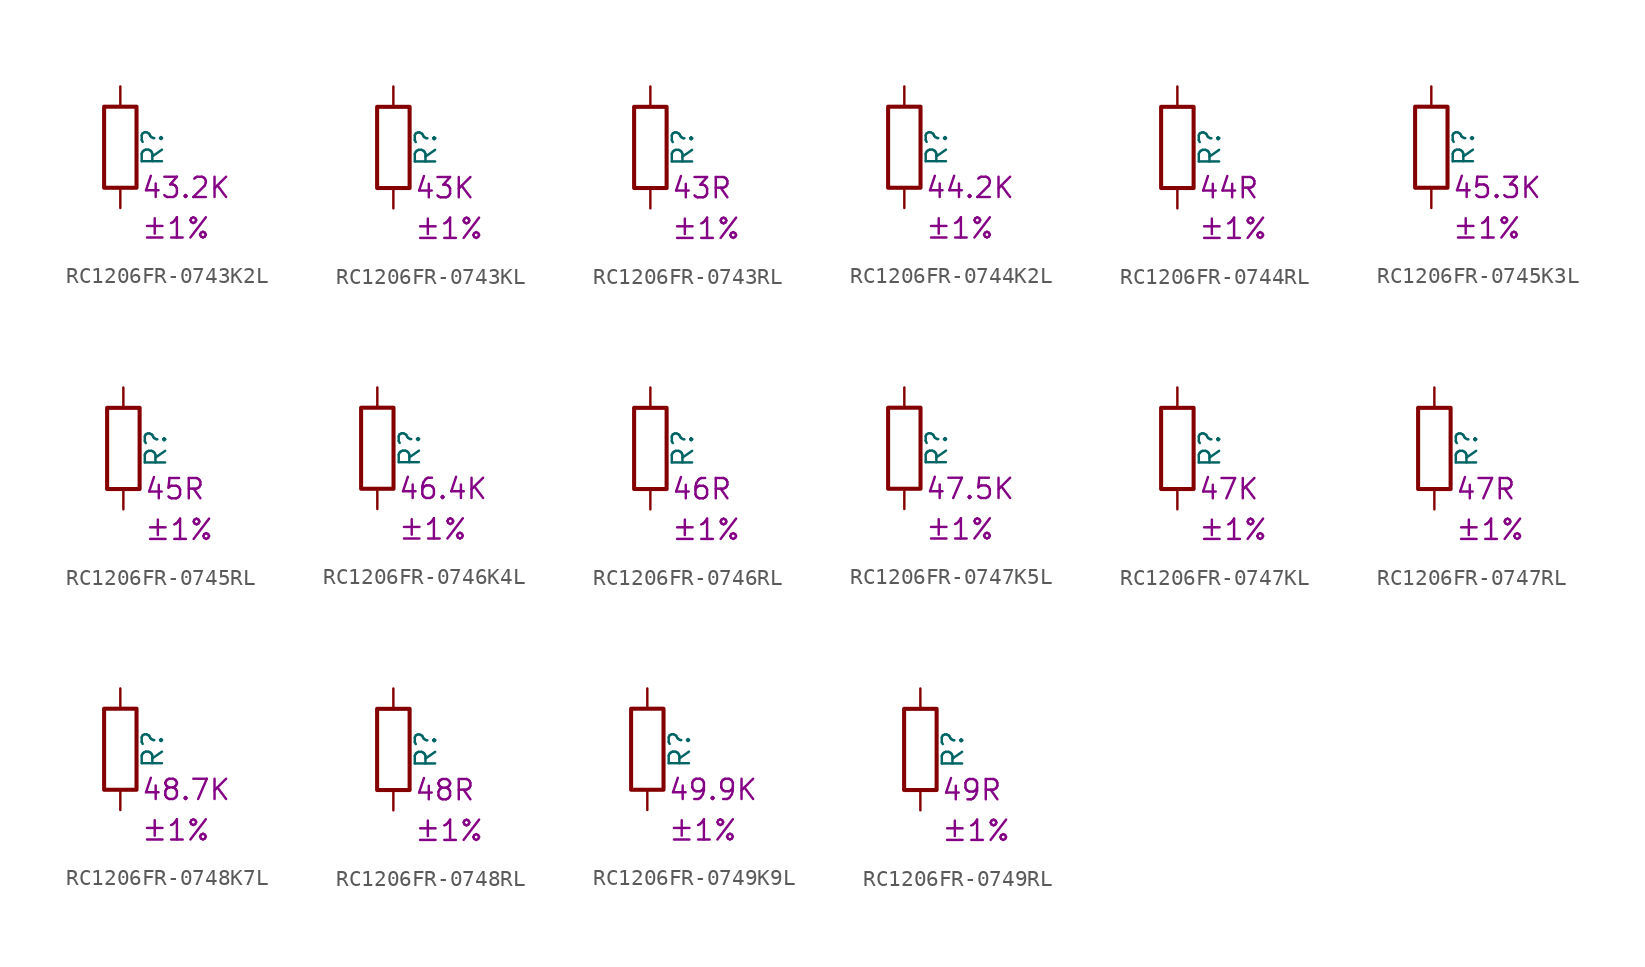
<source format=kicad_sym>
(kicad_symbol_lib
  (version 20220914)
  (generator kicad_symbol_editor)
  (symbol "RC1206FR-0743K2L"
    (pin_numbers hide)
    (pin_names
      (offset 0))
    (property "Reference" "R"
      (at 2.032 0 90)
      (effects (font (size 1.27 1.27))))
    (property "Resistance" "43.2K"
      (at 1.27 -2.54 0)
      (effects (font (size 1.27 1.27)) (justify left)))
    (property "Tolerance" "±1%"
      (at 1.27 -5.08 0)
      (effects (font (size 1.27 1.27)) (justify left)))
    (symbol "RC1206FR-0743K2L_0_1"
      (rectangle (start -1.016 -2.54) (end 1.016 2.54) (stroke (width 0.254) (type default)) (fill (type none))))
    (symbol "RC1206FR-0743K2L_1_1"
      (pin passive line (at 0 3.81 270) (length 1.27) (name "~" (effects (font (size 1.27 1.27)))) (number "1" (effects (font (size 1.27 1.27)))))
      (pin passive line (at 0 -3.81 90) (length 1.27) (name "~" (effects (font (size 1.27 1.27)))) (number "2" (effects (font (size 1.27 1.27)))))))
  (symbol "RC1206FR-0743KL"
    (pin_numbers hide)
    (pin_names
      (offset 0))
    (property "Reference" "R"
      (at 2.032 0 90)
      (effects (font (size 1.27 1.27))))
    (property "Resistance" "43K"
      (at 1.27 -2.54 0)
      (effects (font (size 1.27 1.27)) (justify left)))
    (property "Tolerance" "±1%"
      (at 1.27 -5.08 0)
      (effects (font (size 1.27 1.27)) (justify left)))
    (symbol "RC1206FR-0743KL_0_1"
      (rectangle (start -1.016 -2.54) (end 1.016 2.54) (stroke (width 0.254) (type default)) (fill (type none))))
    (symbol "RC1206FR-0743KL_1_1"
      (pin passive line (at 0 3.81 270) (length 1.27) (name "~" (effects (font (size 1.27 1.27)))) (number "1" (effects (font (size 1.27 1.27)))))
      (pin passive line (at 0 -3.81 90) (length 1.27) (name "~" (effects (font (size 1.27 1.27)))) (number "2" (effects (font (size 1.27 1.27)))))))
  (symbol "RC1206FR-0743RL"
    (pin_numbers hide)
    (pin_names
      (offset 0))
    (property "Reference" "R"
      (at 2.032 0 90)
      (effects (font (size 1.27 1.27))))
    (property "Resistance" "43R"
      (at 1.27 -2.54 0)
      (effects (font (size 1.27 1.27)) (justify left)))
    (property "Tolerance" "±1%"
      (at 1.27 -5.08 0)
      (effects (font (size 1.27 1.27)) (justify left)))
    (symbol "RC1206FR-0743RL_0_1"
      (rectangle (start -1.016 -2.54) (end 1.016 2.54) (stroke (width 0.254) (type default)) (fill (type none))))
    (symbol "RC1206FR-0743RL_1_1"
      (pin passive line (at 0 3.81 270) (length 1.27) (name "~" (effects (font (size 1.27 1.27)))) (number "1" (effects (font (size 1.27 1.27)))))
      (pin passive line (at 0 -3.81 90) (length 1.27) (name "~" (effects (font (size 1.27 1.27)))) (number "2" (effects (font (size 1.27 1.27)))))))
  (symbol "RC1206FR-0744K2L"
    (pin_numbers hide)
    (pin_names
      (offset 0))
    (property "Reference" "R"
      (at 2.032 0 90)
      (effects (font (size 1.27 1.27))))
    (property "Resistance" "44.2K"
      (at 1.27 -2.54 0)
      (effects (font (size 1.27 1.27)) (justify left)))
    (property "Tolerance" "±1%"
      (at 1.27 -5.08 0)
      (effects (font (size 1.27 1.27)) (justify left)))
    (symbol "RC1206FR-0744K2L_0_1"
      (rectangle (start -1.016 -2.54) (end 1.016 2.54) (stroke (width 0.254) (type default)) (fill (type none))))
    (symbol "RC1206FR-0744K2L_1_1"
      (pin passive line (at 0 3.81 270) (length 1.27) (name "~" (effects (font (size 1.27 1.27)))) (number "1" (effects (font (size 1.27 1.27)))))
      (pin passive line (at 0 -3.81 90) (length 1.27) (name "~" (effects (font (size 1.27 1.27)))) (number "2" (effects (font (size 1.27 1.27)))))))
  (symbol "RC1206FR-0744RL"
    (pin_numbers hide)
    (pin_names
      (offset 0))
    (property "Reference" "R"
      (at 2.032 0 90)
      (effects (font (size 1.27 1.27))))
    (property "Resistance" "44R"
      (at 1.27 -2.54 0)
      (effects (font (size 1.27 1.27)) (justify left)))
    (property "Tolerance" "±1%"
      (at 1.27 -5.08 0)
      (effects (font (size 1.27 1.27)) (justify left)))
    (symbol "RC1206FR-0744RL_0_1"
      (rectangle (start -1.016 -2.54) (end 1.016 2.54) (stroke (width 0.254) (type default)) (fill (type none))))
    (symbol "RC1206FR-0744RL_1_1"
      (pin passive line (at 0 3.81 270) (length 1.27) (name "~" (effects (font (size 1.27 1.27)))) (number "1" (effects (font (size 1.27 1.27)))))
      (pin passive line (at 0 -3.81 90) (length 1.27) (name "~" (effects (font (size 1.27 1.27)))) (number "2" (effects (font (size 1.27 1.27)))))))
  (symbol "RC1206FR-0745K3L"
    (pin_numbers hide)
    (pin_names
      (offset 0))
    (property "Reference" "R"
      (at 2.032 0 90)
      (effects (font (size 1.27 1.27))))
    (property "Resistance" "45.3K"
      (at 1.27 -2.54 0)
      (effects (font (size 1.27 1.27)) (justify left)))
    (property "Tolerance" "±1%"
      (at 1.27 -5.08 0)
      (effects (font (size 1.27 1.27)) (justify left)))
    (symbol "RC1206FR-0745K3L_0_1"
      (rectangle (start -1.016 -2.54) (end 1.016 2.54) (stroke (width 0.254) (type default)) (fill (type none))))
    (symbol "RC1206FR-0745K3L_1_1"
      (pin passive line (at 0 3.81 270) (length 1.27) (name "~" (effects (font (size 1.27 1.27)))) (number "1" (effects (font (size 1.27 1.27)))))
      (pin passive line (at 0 -3.81 90) (length 1.27) (name "~" (effects (font (size 1.27 1.27)))) (number "2" (effects (font (size 1.27 1.27)))))))
  (symbol "RC1206FR-0745RL"
    (pin_numbers hide)
    (pin_names
      (offset 0))
    (property "Reference" "R"
      (at 2.032 0 90)
      (effects (font (size 1.27 1.27))))
    (property "Resistance" "45R"
      (at 1.27 -2.54 0)
      (effects (font (size 1.27 1.27)) (justify left)))
    (property "Tolerance" "±1%"
      (at 1.27 -5.08 0)
      (effects (font (size 1.27 1.27)) (justify left)))
    (symbol "RC1206FR-0745RL_0_1"
      (rectangle (start -1.016 -2.54) (end 1.016 2.54) (stroke (width 0.254) (type default)) (fill (type none))))
    (symbol "RC1206FR-0745RL_1_1"
      (pin passive line (at 0 3.81 270) (length 1.27) (name "~" (effects (font (size 1.27 1.27)))) (number "1" (effects (font (size 1.27 1.27)))))
      (pin passive line (at 0 -3.81 90) (length 1.27) (name "~" (effects (font (size 1.27 1.27)))) (number "2" (effects (font (size 1.27 1.27)))))))
  (symbol "RC1206FR-0746K4L"
    (pin_numbers hide)
    (pin_names
      (offset 0))
    (property "Reference" "R"
      (at 2.032 0 90)
      (effects (font (size 1.27 1.27))))
    (property "Resistance" "46.4K"
      (at 1.27 -2.54 0)
      (effects (font (size 1.27 1.27)) (justify left)))
    (property "Tolerance" "±1%"
      (at 1.27 -5.08 0)
      (effects (font (size 1.27 1.27)) (justify left)))
    (symbol "RC1206FR-0746K4L_0_1"
      (rectangle (start -1.016 -2.54) (end 1.016 2.54) (stroke (width 0.254) (type default)) (fill (type none))))
    (symbol "RC1206FR-0746K4L_1_1"
      (pin passive line (at 0 3.81 270) (length 1.27) (name "~" (effects (font (size 1.27 1.27)))) (number "1" (effects (font (size 1.27 1.27)))))
      (pin passive line (at 0 -3.81 90) (length 1.27) (name "~" (effects (font (size 1.27 1.27)))) (number "2" (effects (font (size 1.27 1.27)))))))
  (symbol "RC1206FR-0746RL"
    (pin_numbers hide)
    (pin_names
      (offset 0))
    (property "Reference" "R"
      (at 2.032 0 90)
      (effects (font (size 1.27 1.27))))
    (property "Resistance" "46R"
      (at 1.27 -2.54 0)
      (effects (font (size 1.27 1.27)) (justify left)))
    (property "Tolerance" "±1%"
      (at 1.27 -5.08 0)
      (effects (font (size 1.27 1.27)) (justify left)))
    (symbol "RC1206FR-0746RL_0_1"
      (rectangle (start -1.016 -2.54) (end 1.016 2.54) (stroke (width 0.254) (type default)) (fill (type none))))
    (symbol "RC1206FR-0746RL_1_1"
      (pin passive line (at 0 3.81 270) (length 1.27) (name "~" (effects (font (size 1.27 1.27)))) (number "1" (effects (font (size 1.27 1.27)))))
      (pin passive line (at 0 -3.81 90) (length 1.27) (name "~" (effects (font (size 1.27 1.27)))) (number "2" (effects (font (size 1.27 1.27)))))))
  (symbol "RC1206FR-0747K5L"
    (pin_numbers hide)
    (pin_names
      (offset 0))
    (property "Reference" "R"
      (at 2.032 0 90)
      (effects (font (size 1.27 1.27))))
    (property "Resistance" "47.5K"
      (at 1.27 -2.54 0)
      (effects (font (size 1.27 1.27)) (justify left)))
    (property "Tolerance" "±1%"
      (at 1.27 -5.08 0)
      (effects (font (size 1.27 1.27)) (justify left)))
    (symbol "RC1206FR-0747K5L_0_1"
      (rectangle (start -1.016 -2.54) (end 1.016 2.54) (stroke (width 0.254) (type default)) (fill (type none))))
    (symbol "RC1206FR-0747K5L_1_1"
      (pin passive line (at 0 3.81 270) (length 1.27) (name "~" (effects (font (size 1.27 1.27)))) (number "1" (effects (font (size 1.27 1.27)))))
      (pin passive line (at 0 -3.81 90) (length 1.27) (name "~" (effects (font (size 1.27 1.27)))) (number "2" (effects (font (size 1.27 1.27)))))))
  (symbol "RC1206FR-0747KL"
    (pin_numbers hide)
    (pin_names
      (offset 0))
    (property "Reference" "R"
      (at 2.032 0 90)
      (effects (font (size 1.27 1.27))))
    (property "Resistance" "47K"
      (at 1.27 -2.54 0)
      (effects (font (size 1.27 1.27)) (justify left)))
    (property "Tolerance" "±1%"
      (at 1.27 -5.08 0)
      (effects (font (size 1.27 1.27)) (justify left)))
    (symbol "RC1206FR-0747KL_0_1"
      (rectangle (start -1.016 -2.54) (end 1.016 2.54) (stroke (width 0.254) (type default)) (fill (type none))))
    (symbol "RC1206FR-0747KL_1_1"
      (pin passive line (at 0 3.81 270) (length 1.27) (name "~" (effects (font (size 1.27 1.27)))) (number "1" (effects (font (size 1.27 1.27)))))
      (pin passive line (at 0 -3.81 90) (length 1.27) (name "~" (effects (font (size 1.27 1.27)))) (number "2" (effects (font (size 1.27 1.27)))))))
  (symbol "RC1206FR-0747RL"
    (pin_numbers hide)
    (pin_names
      (offset 0))
    (property "Reference" "R"
      (at 2.032 0 90)
      (effects (font (size 1.27 1.27))))
    (property "Resistance" "47R"
      (at 1.27 -2.54 0)
      (effects (font (size 1.27 1.27)) (justify left)))
    (property "Tolerance" "±1%"
      (at 1.27 -5.08 0)
      (effects (font (size 1.27 1.27)) (justify left)))
    (symbol "RC1206FR-0747RL_0_1"
      (rectangle (start -1.016 -2.54) (end 1.016 2.54) (stroke (width 0.254) (type default)) (fill (type none))))
    (symbol "RC1206FR-0747RL_1_1"
      (pin passive line (at 0 3.81 270) (length 1.27) (name "~" (effects (font (size 1.27 1.27)))) (number "1" (effects (font (size 1.27 1.27)))))
      (pin passive line (at 0 -3.81 90) (length 1.27) (name "~" (effects (font (size 1.27 1.27)))) (number "2" (effects (font (size 1.27 1.27)))))))
  (symbol "RC1206FR-0748K7L"
    (pin_numbers hide)
    (pin_names
      (offset 0))
    (property "Reference" "R"
      (at 2.032 0 90)
      (effects (font (size 1.27 1.27))))
    (property "Resistance" "48.7K"
      (at 1.27 -2.54 0)
      (effects (font (size 1.27 1.27)) (justify left)))
    (property "Tolerance" "±1%"
      (at 1.27 -5.08 0)
      (effects (font (size 1.27 1.27)) (justify left)))
    (symbol "RC1206FR-0748K7L_0_1"
      (rectangle (start -1.016 -2.54) (end 1.016 2.54) (stroke (width 0.254) (type default)) (fill (type none))))
    (symbol "RC1206FR-0748K7L_1_1"
      (pin passive line (at 0 3.81 270) (length 1.27) (name "~" (effects (font (size 1.27 1.27)))) (number "1" (effects (font (size 1.27 1.27)))))
      (pin passive line (at 0 -3.81 90) (length 1.27) (name "~" (effects (font (size 1.27 1.27)))) (number "2" (effects (font (size 1.27 1.27)))))))
  (symbol "RC1206FR-0748RL"
    (pin_numbers hide)
    (pin_names
      (offset 0))
    (property "Reference" "R"
      (at 2.032 0 90)
      (effects (font (size 1.27 1.27))))
    (property "Resistance" "48R"
      (at 1.27 -2.54 0)
      (effects (font (size 1.27 1.27)) (justify left)))
    (property "Tolerance" "±1%"
      (at 1.27 -5.08 0)
      (effects (font (size 1.27 1.27)) (justify left)))
    (symbol "RC1206FR-0748RL_0_1"
      (rectangle (start -1.016 -2.54) (end 1.016 2.54) (stroke (width 0.254) (type default)) (fill (type none))))
    (symbol "RC1206FR-0748RL_1_1"
      (pin passive line (at 0 3.81 270) (length 1.27) (name "~" (effects (font (size 1.27 1.27)))) (number "1" (effects (font (size 1.27 1.27)))))
      (pin passive line (at 0 -3.81 90) (length 1.27) (name "~" (effects (font (size 1.27 1.27)))) (number "2" (effects (font (size 1.27 1.27)))))))
  (symbol "RC1206FR-0749K9L"
    (pin_numbers hide)
    (pin_names
      (offset 0))
    (property "Reference" "R"
      (at 2.032 0 90)
      (effects (font (size 1.27 1.27))))
    (property "Resistance" "49.9K"
      (at 1.27 -2.54 0)
      (effects (font (size 1.27 1.27)) (justify left)))
    (property "Tolerance" "±1%"
      (at 1.27 -5.08 0)
      (effects (font (size 1.27 1.27)) (justify left)))
    (symbol "RC1206FR-0749K9L_0_1"
      (rectangle (start -1.016 -2.54) (end 1.016 2.54) (stroke (width 0.254) (type default)) (fill (type none))))
    (symbol "RC1206FR-0749K9L_1_1"
      (pin passive line (at 0 3.81 270) (length 1.27) (name "~" (effects (font (size 1.27 1.27)))) (number "1" (effects (font (size 1.27 1.27)))))
      (pin passive line (at 0 -3.81 90) (length 1.27) (name "~" (effects (font (size 1.27 1.27)))) (number "2" (effects (font (size 1.27 1.27)))))))
  (symbol "RC1206FR-0749RL"
    (pin_numbers hide)
    (pin_names
      (offset 0))
    (property "Reference" "R"
      (at 2.032 0 90)
      (effects (font (size 1.27 1.27))))
    (property "Resistance" "49R"
      (at 1.27 -2.54 0)
      (effects (font (size 1.27 1.27)) (justify left)))
    (property "Tolerance" "±1%"
      (at 1.27 -5.08 0)
      (effects (font (size 1.27 1.27)) (justify left)))
    (symbol "RC1206FR-0749RL_0_1"
      (rectangle (start -1.016 -2.54) (end 1.016 2.54) (stroke (width 0.254) (type default)) (fill (type none))))
    (symbol "RC1206FR-0749RL_1_1"
      (pin passive line (at 0 3.81 270) (length 1.27) (name "~" (effects (font (size 1.27 1.27)))) (number "1" (effects (font (size 1.27 1.27)))))
      (pin passive line (at 0 -3.81 90) (length 1.27) (name "~" (effects (font (size 1.27 1.27)))) (number "2" (effects (font (size 1.27 1.27))))))))
</source>
